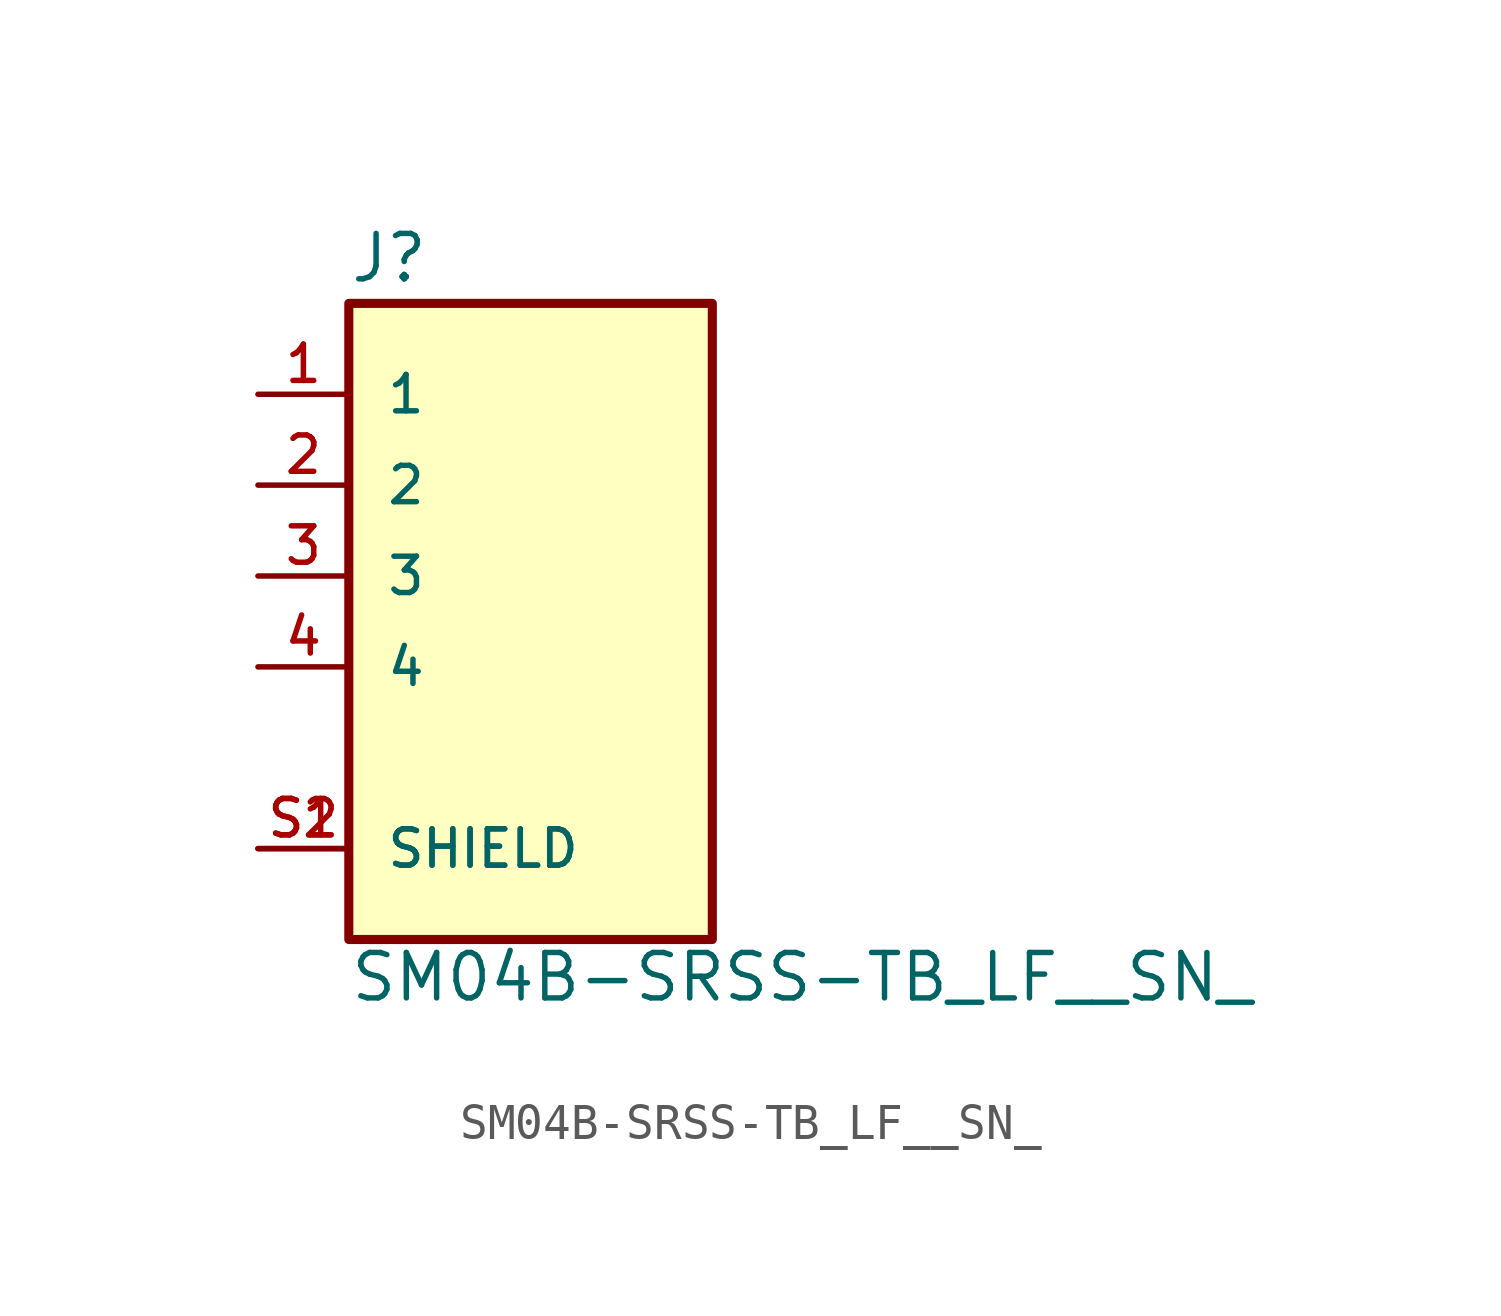
<source format=kicad_sym>
(kicad_symbol_lib
  (version 20211014)
  (generator kicad_symbol_editor)
  (symbol "SM04B-SRSS-TB_LF__SN_"
    (pin_names
      (offset 1.016))
    (property "Reference" "J"
      (at -5.083 8.143 0)
      (effects (font (size 1.27 1.27)) (justify bottom left)))
    (property "Value" "SM04B-SRSS-TB_LF__SN_"
      (at -5.084 -11.956 0)
      (effects (font (size 1.27 1.27)) (justify bottom left)))
    (symbol "SM04B-SRSS-TB_LF__SN__0_0"
      (rectangle (start -5.08 -10.16) (end 5.08 7.62) (stroke (width 0.254)) (fill (type background)))
      (pin passive line (at -7.62 5.08 0) (length 2.54) (name "1" (effects (font (size 1.016 1.016)))) (number "1" (effects (font (size 1.016 1.016)))))
      (pin passive line (at -7.62 2.54 0) (length 2.54) (name "2" (effects (font (size 1.016 1.016)))) (number "2" (effects (font (size 1.016 1.016)))))
      (pin passive line (at -7.62 0.0 0) (length 2.54) (name "3" (effects (font (size 1.016 1.016)))) (number "3" (effects (font (size 1.016 1.016)))))
      (pin passive line (at -7.62 -2.54 0) (length 2.54) (name "4" (effects (font (size 1.016 1.016)))) (number "4" (effects (font (size 1.016 1.016)))))
      (pin passive line (at -7.62 -7.62 0) (length 2.54) (name "SHIELD" (effects (font (size 1.016 1.016)))) (number "S1" (effects (font (size 1.016 1.016)))))
      (pin passive line (at -7.62 -7.62 0) (length 2.54) (name "SHIELD" (effects (font (size 1.016 1.016)))) (number "S2" (effects (font (size 1.016 1.016))))))))
</source>
